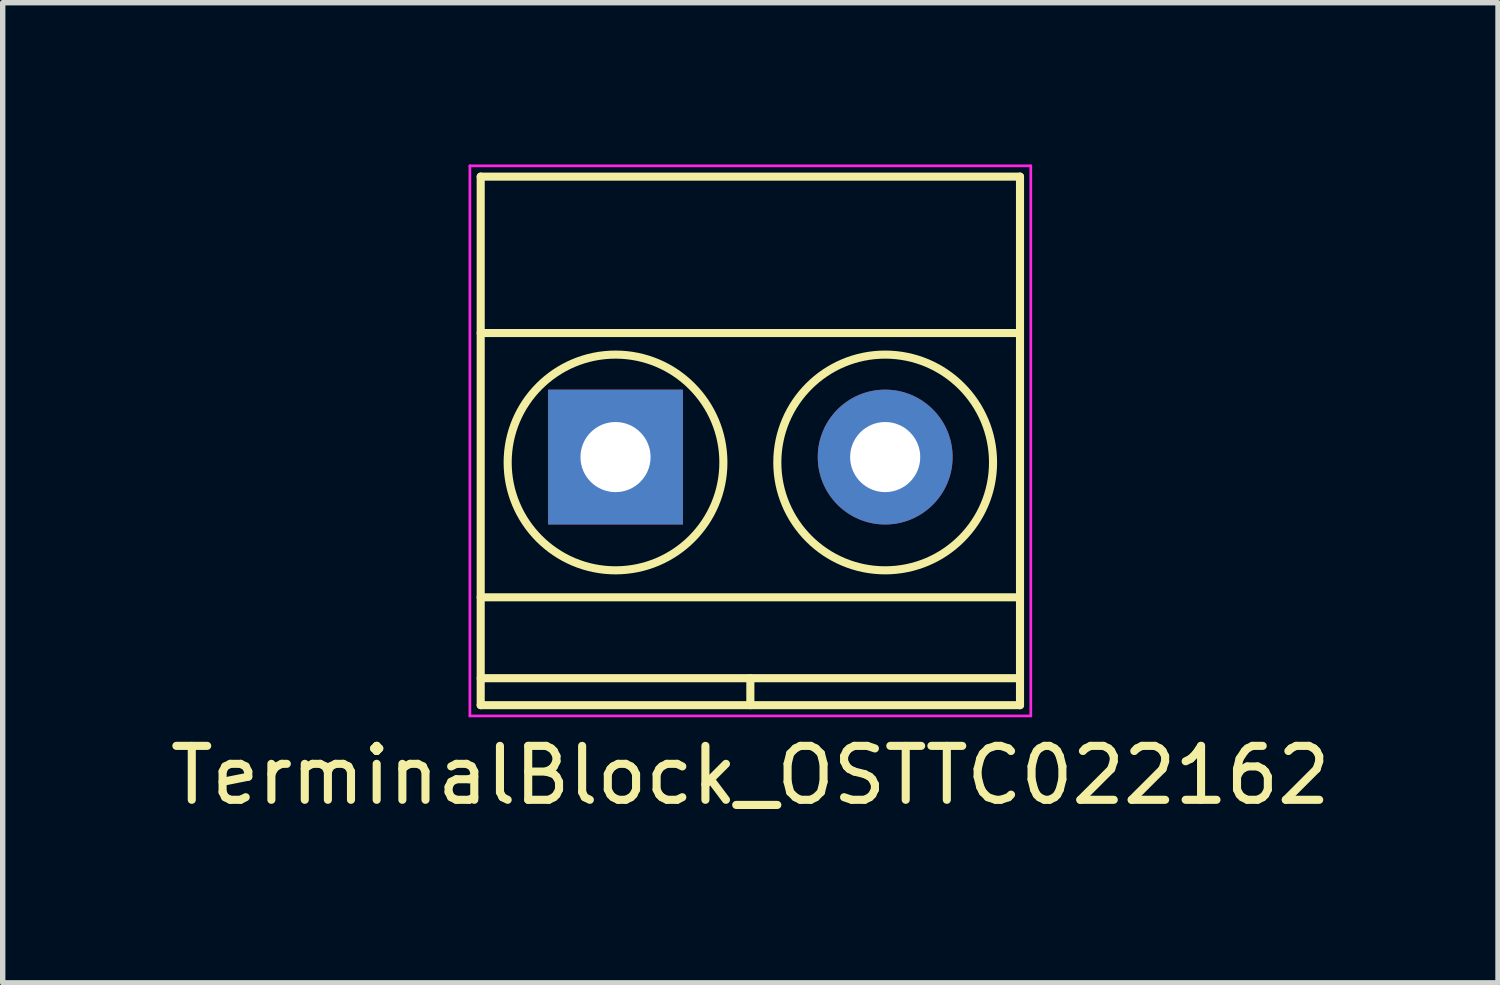
<source format=kicad_pcb>
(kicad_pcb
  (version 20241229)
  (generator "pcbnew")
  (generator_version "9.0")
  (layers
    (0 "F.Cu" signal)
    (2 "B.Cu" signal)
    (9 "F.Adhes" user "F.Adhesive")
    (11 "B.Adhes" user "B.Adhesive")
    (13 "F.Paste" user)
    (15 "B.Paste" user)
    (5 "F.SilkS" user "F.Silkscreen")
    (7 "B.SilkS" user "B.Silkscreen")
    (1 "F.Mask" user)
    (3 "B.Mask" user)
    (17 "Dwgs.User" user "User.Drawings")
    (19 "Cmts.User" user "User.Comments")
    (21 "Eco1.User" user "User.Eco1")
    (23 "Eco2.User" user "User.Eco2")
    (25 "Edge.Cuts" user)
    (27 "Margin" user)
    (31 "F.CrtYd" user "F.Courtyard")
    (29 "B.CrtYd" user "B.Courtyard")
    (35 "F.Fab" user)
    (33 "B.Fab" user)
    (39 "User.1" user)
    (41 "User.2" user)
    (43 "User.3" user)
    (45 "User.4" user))
  (footprint "TerminalBlock_OSTTC022162"
    (layer "F.Cu")
    (at 8.363 5.425)
    (property "Reference" "TerminalBlock_OSTTC022162" (at 2.5 5.9 0) (layer "F.SilkS") (effects (font (size 1 1) (thickness 0.15))))
    (attr through_hole)
    (fp_line (start -2.5 -5.2) (end -2.5 4.6) (stroke (width 0.15) (type solid)) (layer "F.SilkS"))
    (fp_line (start -2.5 -2.3) (end 7.5 -2.3) (stroke (width 0.15) (type solid)) (layer "F.SilkS"))
    (fp_line (start -2.5 2.6) (end 7.5 2.6) (stroke (width 0.15) (type solid)) (layer "F.SilkS"))
    (fp_line (start -2.5 4.1) (end 7.5 4.1) (stroke (width 0.15) (type solid)) (layer "F.SilkS"))
    (fp_line (start -2.5 4.6) (end 7.5 4.6) (stroke (width 0.15) (type solid)) (layer "F.SilkS"))
    (fp_line (start 2.5 4.1) (end 2.5 4.6) (stroke (width 0.15) (type solid)) (layer "F.SilkS"))
    (fp_line (start 7.5 -5.2) (end -2.5 -5.2) (stroke (width 0.15) (type solid)) (layer "F.SilkS"))
    (fp_line (start 7.5 4.6) (end 7.5 -5.2) (stroke (width 0.15) (type solid)) (layer "F.SilkS"))
    (fp_circle (center 0 0.1) (end 2 0.1) (stroke (width 0.15) (type solid)) (fill no) (layer "F.SilkS"))
    (fp_circle (center 5 0.1) (end 3 0.1) (stroke (width 0.15) (type solid)) (fill no) (layer "F.SilkS"))
    (fp_line (start -2.7 -5.4) (end 7.7 -5.4) (stroke (width 0.05) (type solid)) (layer "F.CrtYd"))
    (fp_line (start -2.7 4.8) (end -2.7 -5.4) (stroke (width 0.05) (type solid)) (layer "F.CrtYd"))
    (fp_line (start 7.7 -5.4) (end 7.7 4.8) (stroke (width 0.05) (type solid)) (layer "F.CrtYd"))
    (fp_line (start 7.7 4.8) (end -2.7 4.8) (stroke (width 0.05) (type solid)) (layer "F.CrtYd"))
    (pad "1" thru_hole rect (at 0 0) (size 2.5 2.5) (drill 1.3) (layers "*.Cu" "*.Mask"))
    (pad "2" thru_hole circle (at 5 0) (size 2.5 2.5) (drill 1.3) (layers "*.Cu" "*.Mask")))
  (gr_rect
    (start -3 -3)
    (end 24.726 15.173)
    (stroke (width 0.1) (type default))
    (fill no)
    (layer "Edge.Cuts")))
</source>
